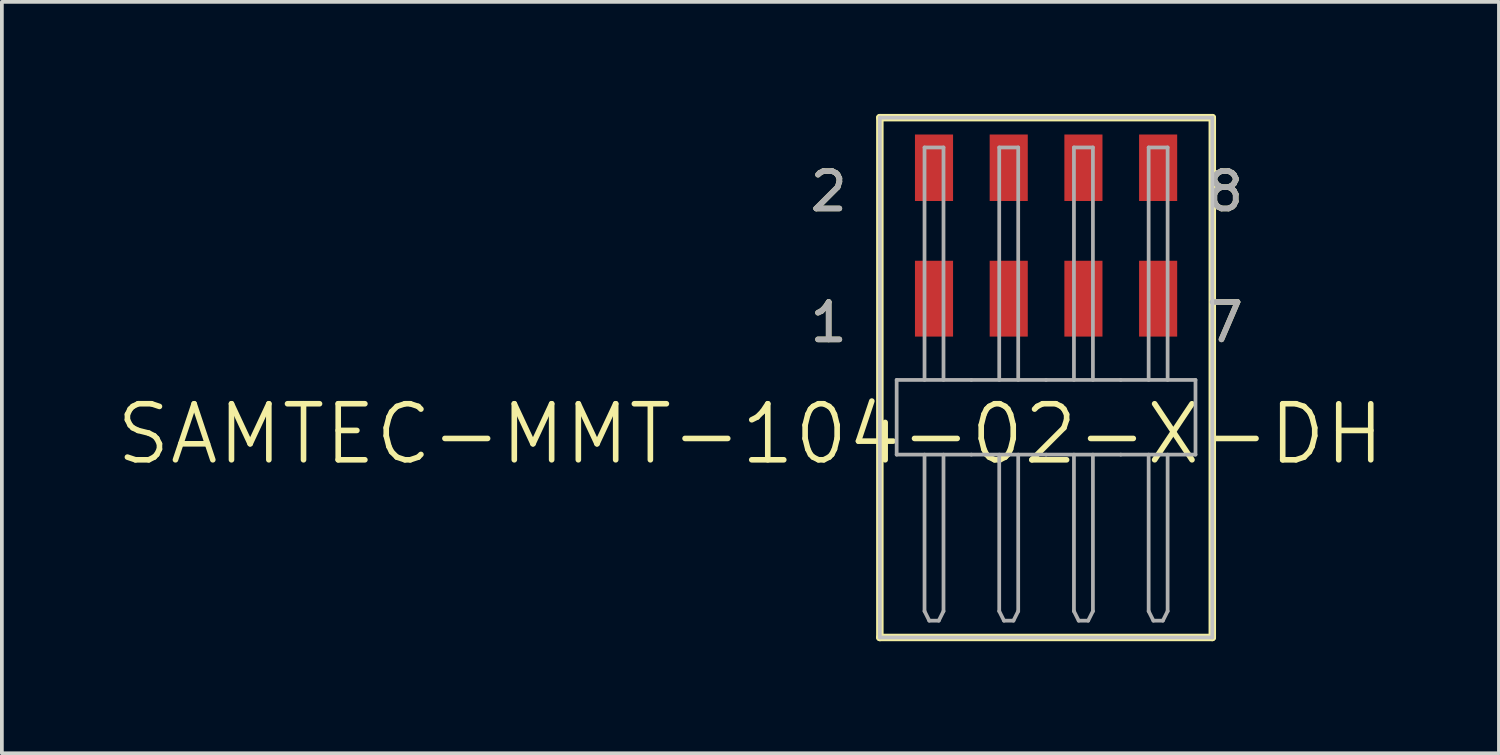
<source format=kicad_pcb>
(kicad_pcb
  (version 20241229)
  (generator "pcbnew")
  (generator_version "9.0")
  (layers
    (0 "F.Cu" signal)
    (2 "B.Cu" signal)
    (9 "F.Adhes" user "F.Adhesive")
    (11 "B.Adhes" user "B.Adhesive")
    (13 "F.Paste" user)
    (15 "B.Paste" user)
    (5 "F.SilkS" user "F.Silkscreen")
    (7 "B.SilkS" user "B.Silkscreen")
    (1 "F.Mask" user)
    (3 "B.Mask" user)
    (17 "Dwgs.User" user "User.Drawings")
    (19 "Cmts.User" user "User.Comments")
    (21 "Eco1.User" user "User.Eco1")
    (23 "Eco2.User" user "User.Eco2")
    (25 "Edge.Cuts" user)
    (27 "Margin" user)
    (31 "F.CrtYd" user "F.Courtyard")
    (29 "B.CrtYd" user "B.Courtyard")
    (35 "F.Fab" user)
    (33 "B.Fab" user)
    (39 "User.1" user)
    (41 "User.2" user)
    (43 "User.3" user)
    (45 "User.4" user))
  (footprint "SAMTEC-MMT-104-02-X-DH"
    (layer "F.Cu")
    (at 24.955 8.121)
    (property "Reference" "SAMTEC-MMT-104-02-X-DH" (at -7.915 0.452 0) (layer "F.SilkS") (effects (font (size 1.5 1.5) (thickness 0.15))))
    (attr smd)
    (fp_poly (pts (xy -3.561 -7.621) (xy -2.439 -7.621) (xy -2.439 -5.739) (xy -3.561 -5.739)) (stroke (width 0.01) (type solid)) (fill yes) (layer "F.Mask"))
    (fp_poly (pts (xy -3.561 -4.241) (xy -2.439 -4.241) (xy -2.439 -2.109) (xy -3.561 -2.109)) (stroke (width 0.01) (type solid)) (fill yes) (layer "F.Mask"))
    (fp_poly (pts (xy -1.561 -7.621) (xy -0.439 -7.621) (xy -0.439 -5.739) (xy -1.561 -5.739)) (stroke (width 0.01) (type solid)) (fill yes) (layer "F.Mask"))
    (fp_poly (pts (xy -1.561 -4.241) (xy -0.439 -4.241) (xy -0.439 -2.109) (xy -1.561 -2.109)) (stroke (width 0.01) (type solid)) (fill yes) (layer "F.Mask"))
    (fp_poly (pts (xy 0.439 -7.621) (xy 1.561 -7.621) (xy 1.561 -5.739) (xy 0.439 -5.739)) (stroke (width 0.01) (type solid)) (fill yes) (layer "F.Mask"))
    (fp_poly (pts (xy 0.439 -4.241) (xy 1.561 -4.241) (xy 1.561 -2.109) (xy 0.439 -2.109)) (stroke (width 0.01) (type solid)) (fill yes) (layer "F.Mask"))
    (fp_poly (pts (xy 2.439 -7.621) (xy 3.561 -7.621) (xy 3.561 -5.739) (xy 2.439 -5.739)) (stroke (width 0.01) (type solid)) (fill yes) (layer "F.Mask"))
    (fp_poly (pts (xy 2.439 -4.241) (xy 3.561 -4.241) (xy 3.561 -2.109) (xy 2.439 -2.109)) (stroke (width 0.01) (type solid)) (fill yes) (layer "F.Mask"))
    (fp_line (start -4.45 -8.021) (end -4.45 5.895) (stroke (width 0.2) (type solid)) (layer "F.SilkS"))
    (fp_line (start -4.45 5.895) (end 4.45 5.895) (stroke (width 0.2) (type solid)) (layer "F.SilkS"))
    (fp_line (start 4.45 -8.021) (end -4.45 -8.021) (stroke (width 0.2) (type solid)) (layer "F.SilkS"))
    (fp_line (start 4.45 5.895) (end 4.45 -8.021) (stroke (width 0.2) (type solid)) (layer "F.SilkS"))
    (fp_poly (pts (xy -3.51 -7.57) (xy -2.49 -7.57) (xy -2.49 -5.79) (xy -3.51 -5.79)) (stroke (width 0.01) (type solid)) (fill yes) (layer "F.Paste"))
    (fp_poly (pts (xy -3.51 -4.19) (xy -2.49 -4.19) (xy -2.49 -2.16) (xy -3.51 -2.16)) (stroke (width 0.01) (type solid)) (fill yes) (layer "F.Paste"))
    (fp_poly (pts (xy -1.51 -7.57) (xy -0.49 -7.57) (xy -0.49 -5.79) (xy -1.51 -5.79)) (stroke (width 0.01) (type solid)) (fill yes) (layer "F.Paste"))
    (fp_poly (pts (xy -1.51 -4.19) (xy -0.49 -4.19) (xy -0.49 -2.16) (xy -1.51 -2.16)) (stroke (width 0.01) (type solid)) (fill yes) (layer "F.Paste"))
    (fp_poly (pts (xy 0.49 -7.57) (xy 1.51 -7.57) (xy 1.51 -5.79) (xy 0.49 -5.79)) (stroke (width 0.01) (type solid)) (fill yes) (layer "F.Paste"))
    (fp_poly (pts (xy 0.49 -4.19) (xy 1.51 -4.19) (xy 1.51 -2.16) (xy 0.49 -2.16)) (stroke (width 0.01) (type solid)) (fill yes) (layer "F.Paste"))
    (fp_poly (pts (xy 2.49 -7.57) (xy 3.51 -7.57) (xy 3.51 -5.79) (xy 2.49 -5.79)) (stroke (width 0.01) (type solid)) (fill yes) (layer "F.Paste"))
    (fp_poly (pts (xy 2.49 -4.19) (xy 3.51 -4.19) (xy 3.51 -2.16) (xy 2.49 -2.16)) (stroke (width 0.01) (type solid)) (fill yes) (layer "F.Paste"))
    (fp_line (start -4.45 -8.021) (end -4.45 5.895) (stroke (width 0.1) (type solid)) (layer "Dwgs.User"))
    (fp_line (start -4.45 5.895) (end 4.45 5.895) (stroke (width 0.1) (type solid)) (layer "Dwgs.User"))
    (fp_line (start 4.45 -8.021) (end -4.45 -8.021) (stroke (width 0.1) (type solid)) (layer "Dwgs.User"))
    (fp_line (start 4.45 5.895) (end 4.45 -8.021) (stroke (width 0.1) (type solid)) (layer "Dwgs.User"))
    (fp_line (start -4 1) (end -4 -1) (stroke (width 0.1) (type solid)) (layer "F.Fab"))
    (fp_line (start -3.254 -7.223) (end -3.254 -1) (stroke (width 0.1) (type solid)) (layer "F.Fab"))
    (fp_line (start -3.254 -7.223) (end -2.746 -7.223) (stroke (width 0.1) (type solid)) (layer "F.Fab"))
    (fp_line (start -3.254 1) (end -3.254 5.191) (stroke (width 0.1) (type solid)) (layer "F.Fab"))
    (fp_line (start -3.254 5.191) (end -3.127 5.445) (stroke (width 0.1) (type solid)) (layer "F.Fab"))
    (fp_line (start -3.127 5.445) (end -2.873 5.445) (stroke (width 0.1) (type solid)) (layer "F.Fab"))
    (fp_line (start -2.873 5.445) (end -2.746 5.191) (stroke (width 0.1) (type solid)) (layer "F.Fab"))
    (fp_line (start -2.746 -1) (end -2.746 -7.223) (stroke (width 0.1) (type solid)) (layer "F.Fab"))
    (fp_line (start -2.746 5.191) (end -2.746 1) (stroke (width 0.1) (type solid)) (layer "F.Fab"))
    (fp_line (start -2 -1) (end -4 -1) (stroke (width 0.1) (type solid)) (layer "F.Fab"))
    (fp_line (start -2 1) (end -4 1) (stroke (width 0.1) (type solid)) (layer "F.Fab"))
    (fp_line (start -1.254 -7.223) (end -1.254 -1) (stroke (width 0.1) (type solid)) (layer "F.Fab"))
    (fp_line (start -1.254 -7.223) (end -0.746 -7.223) (stroke (width 0.1) (type solid)) (layer "F.Fab"))
    (fp_line (start -1.254 1) (end -1.254 5.191) (stroke (width 0.1) (type solid)) (layer "F.Fab"))
    (fp_line (start -1.254 5.191) (end -1.127 5.445) (stroke (width 0.1) (type solid)) (layer "F.Fab"))
    (fp_line (start -1.127 5.445) (end -0.873 5.445) (stroke (width 0.1) (type solid)) (layer "F.Fab"))
    (fp_line (start -0.873 5.445) (end -0.746 5.191) (stroke (width 0.1) (type solid)) (layer "F.Fab"))
    (fp_line (start -0.746 -1) (end -0.746 -7.223) (stroke (width 0.1) (type solid)) (layer "F.Fab"))
    (fp_line (start -0.746 5.191) (end -0.746 1) (stroke (width 0.1) (type solid)) (layer "F.Fab"))
    (fp_line (start 0 -1) (end -2 -1) (stroke (width 0.1) (type solid)) (layer "F.Fab"))
    (fp_line (start 0 1) (end -2 1) (stroke (width 0.1) (type solid)) (layer "F.Fab"))
    (fp_line (start 0.746 -7.223) (end 0.746 -1) (stroke (width 0.1) (type solid)) (layer "F.Fab"))
    (fp_line (start 0.746 -7.223) (end 1.254 -7.223) (stroke (width 0.1) (type solid)) (layer "F.Fab"))
    (fp_line (start 0.746 1) (end 0.746 5.191) (stroke (width 0.1) (type solid)) (layer "F.Fab"))
    (fp_line (start 0.746 5.191) (end 0.873 5.445) (stroke (width 0.1) (type solid)) (layer "F.Fab"))
    (fp_line (start 0.873 5.445) (end 1.127 5.445) (stroke (width 0.1) (type solid)) (layer "F.Fab"))
    (fp_line (start 1.127 5.445) (end 1.254 5.191) (stroke (width 0.1) (type solid)) (layer "F.Fab"))
    (fp_line (start 1.254 -1) (end 1.254 -7.223) (stroke (width 0.1) (type solid)) (layer "F.Fab"))
    (fp_line (start 1.254 5.191) (end 1.254 1) (stroke (width 0.1) (type solid)) (layer "F.Fab"))
    (fp_line (start 2 -1) (end 0 -1) (stroke (width 0.1) (type solid)) (layer "F.Fab"))
    (fp_line (start 2 1) (end 0 1) (stroke (width 0.1) (type solid)) (layer "F.Fab"))
    (fp_line (start 2.746 -7.223) (end 2.746 -1) (stroke (width 0.1) (type solid)) (layer "F.Fab"))
    (fp_line (start 2.746 -7.223) (end 3.254 -7.223) (stroke (width 0.1) (type solid)) (layer "F.Fab"))
    (fp_line (start 2.746 1) (end 2.746 5.191) (stroke (width 0.1) (type solid)) (layer "F.Fab"))
    (fp_line (start 2.746 5.191) (end 2.873 5.445) (stroke (width 0.1) (type solid)) (layer "F.Fab"))
    (fp_line (start 2.873 5.445) (end 3.127 5.445) (stroke (width 0.1) (type solid)) (layer "F.Fab"))
    (fp_line (start 3.127 5.445) (end 3.254 5.191) (stroke (width 0.1) (type solid)) (layer "F.Fab"))
    (fp_line (start 3.254 -1) (end 3.254 -7.223) (stroke (width 0.1) (type solid)) (layer "F.Fab"))
    (fp_line (start 3.254 5.191) (end 3.254 1) (stroke (width 0.1) (type solid)) (layer "F.Fab"))
    (fp_line (start 4 -1) (end 2 -1) (stroke (width 0.1) (type solid)) (layer "F.Fab"))
    (fp_line (start 4 1) (end 2 1) (stroke (width 0.1) (type solid)) (layer "F.Fab"))
    (fp_line (start 4 1) (end 4 -1) (stroke (width 0.1) (type solid)) (layer "F.Fab"))
    (fp_text user "8" (at 4.791 -6.045 0) (layer "F.SilkS") (effects (font (size 1 1) (thickness 0.15))))
    (fp_text user "2" (at -5.82 -6.045 0) (layer "F.SilkS") (effects (font (size 1 1) (thickness 0.15))))
    (fp_text user "1" (at -5.82 -2.54 0) (layer "F.SilkS") (effects (font (size 1 1) (thickness 0.15))))
    (fp_text user "7" (at 4.791 -2.54 0) (layer "F.SilkS") (effects (font (size 1 1) (thickness 0.15))))
    (fp_text user "1" (at -5.82 -2.54 0) (layer "F.Fab") (effects (font (size 1 1) (thickness 0.15))))
    (fp_text user "8" (at 4.791 -6.045 0) (layer "F.Fab") (effects (font (size 1 1) (thickness 0.15))))
    (fp_text user "7" (at 4.791 -2.54 0) (layer "F.Fab") (effects (font (size 1 1) (thickness 0.15))))
    (fp_text user "2" (at -5.82 -6.045 0) (layer "F.Fab") (effects (font (size 1 1) (thickness 0.15))))
    (pad "1" smd rect (at -3 -3.175) (size 1.02 2.03) (layers "F.Cu" "F.Paste"))
    (pad "2" smd rect (at -3 -6.68) (size 1.02 1.78) (layers "F.Cu" "F.Paste"))
    (pad "3" smd rect (at -1 -3.175) (size 1.02 2.03) (layers "F.Cu" "F.Paste"))
    (pad "4" smd rect (at -1 -6.68) (size 1.02 1.78) (layers "F.Cu" "F.Paste"))
    (pad "5" smd rect (at 1 -3.175) (size 1.02 2.03) (layers "F.Cu" "F.Paste"))
    (pad "6" smd rect (at 1 -6.68) (size 1.02 1.78) (layers "F.Cu" "F.Paste"))
    (pad "7" smd rect (at 3 -3.175) (size 1.02 2.03) (layers "F.Cu" "F.Paste"))
    (pad "8" smd rect (at 3 -6.68) (size 1.02 1.78) (layers "F.Cu" "F.Paste")))
  (gr_rect
    (start -3 -3)
    (end 37.079 17.116)
    (stroke (width 0.1) (type default))
    (fill no)
    (layer "Edge.Cuts")))
</source>
